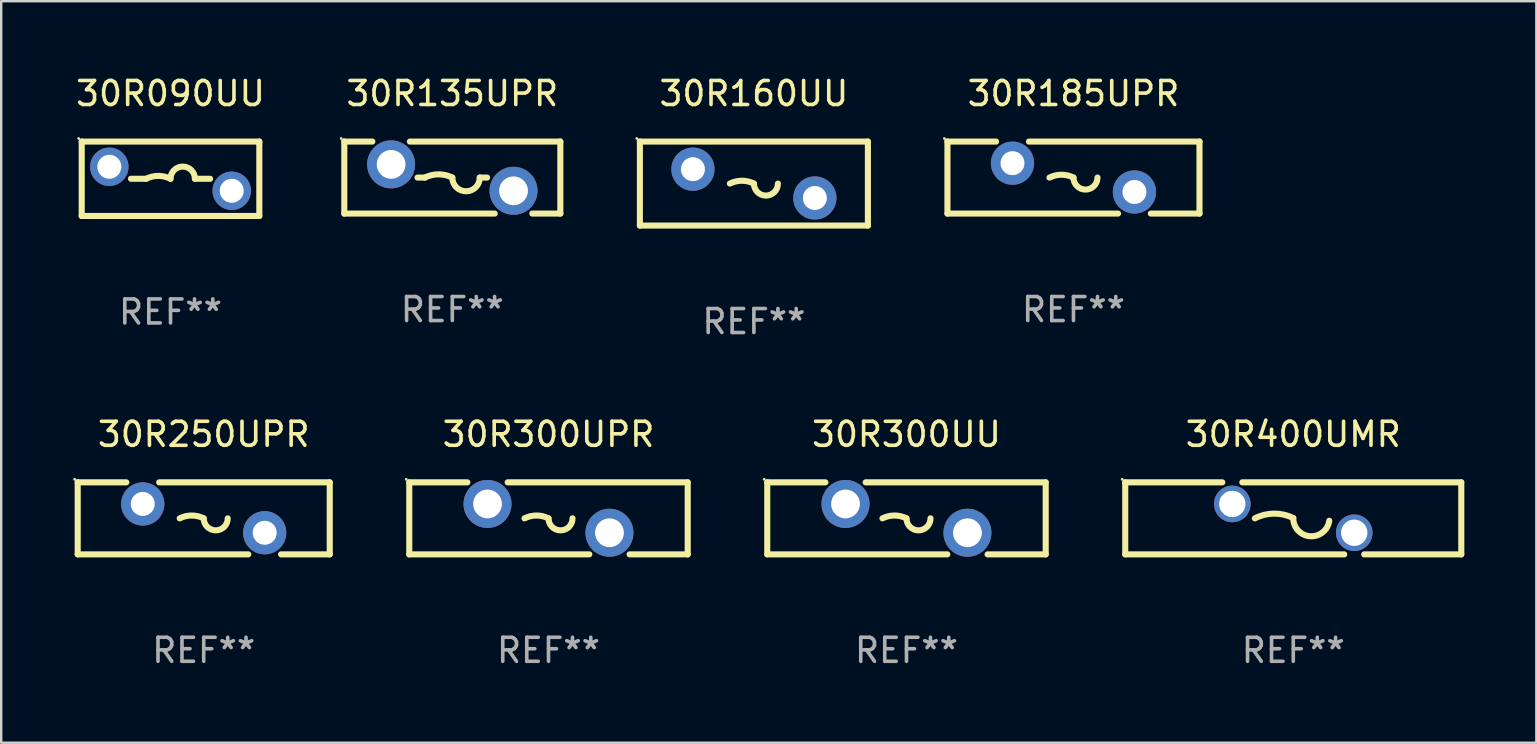
<source format=kicad_pcb>
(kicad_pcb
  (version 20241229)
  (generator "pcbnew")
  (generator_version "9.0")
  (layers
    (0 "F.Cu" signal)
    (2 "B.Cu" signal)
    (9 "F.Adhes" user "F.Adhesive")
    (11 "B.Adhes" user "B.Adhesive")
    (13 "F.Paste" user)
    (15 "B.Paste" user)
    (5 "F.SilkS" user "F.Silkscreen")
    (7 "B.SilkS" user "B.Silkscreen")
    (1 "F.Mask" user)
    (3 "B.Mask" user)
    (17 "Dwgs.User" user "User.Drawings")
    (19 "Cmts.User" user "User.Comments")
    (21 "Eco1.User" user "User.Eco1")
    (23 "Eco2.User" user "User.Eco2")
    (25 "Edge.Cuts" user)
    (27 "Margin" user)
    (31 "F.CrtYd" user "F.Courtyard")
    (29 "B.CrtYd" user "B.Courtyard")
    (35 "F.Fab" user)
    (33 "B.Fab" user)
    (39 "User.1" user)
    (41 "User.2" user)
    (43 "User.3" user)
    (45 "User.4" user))
  (footprint "30R185UPR"
    (layer "F.Cu")
    (at 41.672 4.348)
    (property "Reference" "30R185UPR" (at 0 -3.5 0) (layer "F.SilkS") (effects (font (size 1 1) (thickness 0.15))))
    (attr through_hole)
    (fp_line (start -5.25 -1.5) (end -3.224 -1.5) (stroke (width 0.254) (type solid)) (layer "F.SilkS"))
    (fp_line (start -5.25 1.5) (end -5.25 -1.5) (stroke (width 0.254) (type solid)) (layer "F.SilkS"))
    (fp_line (start -1.856 -1.5) (end 5.25 -1.5) (stroke (width 0.254) (type solid)) (layer "F.SilkS"))
    (fp_line (start 1.857 1.5) (end -5.25 1.5) (stroke (width 0.254) (type solid)) (layer "F.SilkS"))
    (fp_line (start 5.25 -1.5) (end 5.25 1.5) (stroke (width 0.254) (type solid)) (layer "F.SilkS"))
    (fp_line (start 5.25 1.5) (end 3.223 1.5) (stroke (width 0.254) (type solid)) (layer "F.SilkS"))
    (fp_arc (start -1 -0.000127) (mid -0.5 -0.118148) (end 0 -0.000127) (stroke (width 0.254001) (type solid)) (layer "F.SilkS"))
    (fp_arc (start 1.000762 -0.000127) (mid 0.500381 0.5) (end 0 -0.000127) (stroke (width 0.254001) (type solid)) (layer "F.SilkS"))
    (fp_circle (center -5.377 -1.627) (end -5.347 -1.627) (stroke (width 0.06) (type solid)) (fill no) (layer "F.SilkS"))
    (fp_text user "REF**" (at 0 5.5 0) (layer "F.Fab") (effects (font (size 1 1) (thickness 0.15))))
    (pad "1" thru_hole circle (at -2.54 -0.6) (size 1.8 1.8) (drill 1) (layers "*.Cu" "*.Mask"))
    (pad "2" thru_hole circle (at 2.54 0.6) (size 1.8 1.8) (drill 1) (layers "*.Cu" "*.Mask")))
  (footprint "30R090UU"
    (layer "F.Cu")
    (at 4.054 4.398)
    (property "Reference" "30R090UU" (at 0 -3.55 0) (layer "F.SilkS") (effects (font (size 1 1) (thickness 0.15))))
    (attr through_hole)
    (fp_line (start -3.7 -1.55) (end 3.7 -1.55) (stroke (width 0.254) (type solid)) (layer "F.SilkS"))
    (fp_line (start -3.7 1.55) (end -3.7 -1.55) (stroke (width 0.254) (type solid)) (layer "F.SilkS"))
    (fp_line (start -1.649 0) (end -1.016 0) (stroke (width 0.254) (type solid)) (layer "F.SilkS"))
    (fp_line (start 1.649 0) (end 1.016 0) (stroke (width 0.254) (type solid)) (layer "F.SilkS"))
    (fp_line (start 3.7 -1.55) (end 3.7 1.55) (stroke (width 0.254) (type solid)) (layer "F.SilkS"))
    (fp_line (start 3.7 1.55) (end -3.7 1.55) (stroke (width 0.254) (type solid)) (layer "F.SilkS"))
    (fp_arc (start -1.016002 0) (mid -0.508001 -0.119923) (end 0 0) (stroke (width 0.254001) (type solid)) (layer "F.SilkS"))
    (fp_arc (start 0 0) (mid 0.508001 -0.508001) (end 1.016002 0) (stroke (width 0.254001) (type solid)) (layer "F.SilkS"))
    (fp_circle (center -3.827 -1.677) (end -3.797 -1.677) (stroke (width 0.06) (type solid)) (fill no) (layer "F.SilkS"))
    (fp_text user "REF**" (at 0 5.55 0) (layer "F.Fab") (effects (font (size 1 1) (thickness 0.15))))
    (pad "1" thru_hole circle (at -2.55 -0.5) (size 1.6 1.6) (drill 1) (layers "*.Cu" "*.Mask"))
    (pad "2" thru_hole circle (at 2.55 0.5) (size 1.6 1.6) (drill 1) (layers "*.Cu" "*.Mask")))
  (footprint "30R300UPR"
    (layer "F.Cu")
    (at 19.801 18.545)
    (property "Reference" "30R300UPR" (at 0 -3.5 0) (layer "F.SilkS") (effects (font (size 1 1) (thickness 0.15))))
    (attr through_hole)
    (fp_line (start -5.8 -1.5) (end -5.8 1.5) (stroke (width 0.254) (type solid)) (layer "F.SilkS"))
    (fp_line (start -5.8 -1.5) (end -3.379 -1.5) (stroke (width 0.254) (type solid)) (layer "F.SilkS"))
    (fp_line (start -1.701 -1.5) (end 5.8 -1.5) (stroke (width 0.254) (type solid)) (layer "F.SilkS"))
    (fp_line (start 1.701 1.5) (end -5.8 1.5) (stroke (width 0.254) (type solid)) (layer "F.SilkS"))
    (fp_line (start 5.8 -1.5) (end 5.8 1.5) (stroke (width 0.254) (type solid)) (layer "F.SilkS"))
    (fp_line (start 5.8 1.5) (end 3.379 1.5) (stroke (width 0.254) (type solid)) (layer "F.SilkS"))
    (fp_arc (start -1 0) (mid -0.5 -0.118021) (end 0 0) (stroke (width 0.254001) (type solid)) (layer "F.SilkS"))
    (fp_arc (start 1.000762 0) (mid 0.500381 0.500127) (end 0 0) (stroke (width 0.254001) (type solid)) (layer "F.SilkS"))
    (fp_circle (center -5.927 -1.627) (end -5.897 -1.627) (stroke (width 0.06) (type solid)) (fill no) (layer "F.SilkS"))
    (fp_text user "REF**" (at 0 5.5 0) (layer "F.Fab") (effects (font (size 1 1) (thickness 0.15))))
    (pad "1" thru_hole circle (at -2.54 -0.6) (size 2 2) (drill 1.2) (layers "*.Cu" "*.Mask"))
    (pad "2" thru_hole circle (at 2.54 0.6) (size 2 2) (drill 1.2) (layers "*.Cu" "*.Mask")))
  (footprint "30R160UU"
    (layer "F.Cu")
    (at 28.358 4.598)
    (property "Reference" "30R160UU" (at 0 -3.75 0) (layer "F.SilkS") (effects (font (size 1 1) (thickness 0.15))))
    (attr through_hole)
    (fp_line (start -4.75 -1.75) (end -4.75 1.75) (stroke (width 0.254) (type solid)) (layer "F.SilkS"))
    (fp_line (start -4.75 -1.75) (end 4.75 -1.75) (stroke (width 0.254) (type solid)) (layer "F.SilkS"))
    (fp_line (start 4.75 -1.75) (end 4.75 1.75) (stroke (width 0.254) (type solid)) (layer "F.SilkS"))
    (fp_line (start 4.75 1.75) (end -4.75 1.75) (stroke (width 0.254) (type solid)) (layer "F.SilkS"))
    (fp_arc (start -1 -0.000013) (mid -0.5 -0.118034) (end 0 -0.000013) (stroke (width 0.254001) (type solid)) (layer "F.SilkS"))
    (fp_arc (start 1.000762 -0.000013) (mid 0.500381 0.500114) (end 0 -0.000013) (stroke (width 0.254001) (type solid)) (layer "F.SilkS"))
    (fp_circle (center -4.877 -1.877) (end -4.847 -1.877) (stroke (width 0.06) (type solid)) (fill no) (layer "F.SilkS"))
    (fp_text user "REF**" (at 0 5.75 0) (layer "F.Fab") (effects (font (size 1 1) (thickness 0.15))))
    (pad "1" thru_hole circle (at -2.54 -0.6) (size 1.8 1.8) (drill 1) (layers "*.Cu" "*.Mask"))
    (pad "2" thru_hole circle (at 2.54 0.6) (size 1.8 1.8) (drill 1) (layers "*.Cu" "*.Mask")))
  (footprint "30R400UMR"
    (layer "F.Cu")
    (at 50.829 18.545)
    (property "Reference" "30R400UMR" (at 0 -3.5 0) (layer "F.SilkS") (effects (font (size 1 1) (thickness 0.15))))
    (attr through_hole)
    (fp_line (start -7 -1.5) (end -7 1.5) (stroke (width 0.254) (type solid)) (layer "F.SilkS"))
    (fp_line (start -7 -1.5) (end -2.956 -1.5) (stroke (width 0.254) (type solid)) (layer "F.SilkS"))
    (fp_line (start -2.124 -1.5) (end 7 -1.5) (stroke (width 0.254) (type solid)) (layer "F.SilkS"))
    (fp_line (start 2.124 1.5) (end -7 1.5) (stroke (width 0.254) (type solid)) (layer "F.SilkS"))
    (fp_line (start 7 1.5) (end 2.956 1.5) (stroke (width 0.254) (type solid)) (layer "F.SilkS"))
    (fp_line (start 7 1.5) (end 7 -1.5) (stroke (width 0.254) (type solid)) (layer "F.SilkS"))
    (fp_arc (start -1.6 0) (mid -0.801529 -0.197174) (end 0 -0.012827) (stroke (width 0.254001) (type solid)) (layer "F.SilkS"))
    (fp_arc (start 1.5 0.1) (mid 0.69724 0.745018) (end 0.000001 -0.012828) (stroke (width 0.254001) (type solid)) (layer "F.SilkS"))
    (fp_circle (center -7.127 -1.627) (end -7.097 -1.627) (stroke (width 0.06) (type solid)) (fill no) (layer "F.SilkS"))
    (fp_text user "REF**" (at 0 5.5 0) (layer "F.Fab") (effects (font (size 1 1) (thickness 0.15))))
    (pad "1" thru_hole circle (at -2.54 -0.6) (size 1.524 1.524) (drill 1.1) (layers "*.Cu" "*.Mask"))
    (pad "2" thru_hole circle (at 2.54 0.6) (size 1.524 1.524) (drill 1.1) (layers "*.Cu" "*.Mask")))
  (footprint "30R300UU"
    (layer "F.Cu")
    (at 34.715 18.545)
    (property "Reference" "30R300UU" (at 0 -3.5 0) (layer "F.SilkS") (effects (font (size 1 1) (thickness 0.15))))
    (attr through_hole)
    (fp_line (start -5.8 -1.5) (end -5.8 1.5) (stroke (width 0.254) (type solid)) (layer "F.SilkS"))
    (fp_line (start -5.8 -1.5) (end -3.379 -1.5) (stroke (width 0.254) (type solid)) (layer "F.SilkS"))
    (fp_line (start -1.701 -1.5) (end 5.8 -1.5) (stroke (width 0.254) (type solid)) (layer "F.SilkS"))
    (fp_line (start 1.701 1.5) (end -5.8 1.5) (stroke (width 0.254) (type solid)) (layer "F.SilkS"))
    (fp_line (start 5.8 -1.5) (end 5.8 1.5) (stroke (width 0.254) (type solid)) (layer "F.SilkS"))
    (fp_line (start 5.8 1.5) (end 3.379 1.5) (stroke (width 0.254) (type solid)) (layer "F.SilkS"))
    (fp_arc (start -1 0) (mid -0.5 -0.118021) (end 0 0) (stroke (width 0.254001) (type solid)) (layer "F.SilkS"))
    (fp_arc (start 1.000762 0) (mid 0.500381 0.500127) (end 0 0) (stroke (width 0.254001) (type solid)) (layer "F.SilkS"))
    (fp_circle (center -5.927 -1.627) (end -5.897 -1.627) (stroke (width 0.06) (type solid)) (fill no) (layer "F.SilkS"))
    (fp_text user "REF**" (at 0 5.5 0) (layer "F.Fab") (effects (font (size 1 1) (thickness 0.15))))
    (pad "1" thru_hole circle (at -2.54 -0.6) (size 2 2) (drill 1.2) (layers "*.Cu" "*.Mask"))
    (pad "2" thru_hole circle (at 2.54 0.6) (size 2 2) (drill 1.2) (layers "*.Cu" "*.Mask")))
  (footprint "30R250UPR"
    (layer "F.Cu")
    (at 5.437 18.545)
    (property "Reference" "30R250UPR" (at 0 -3.5 0) (layer "F.SilkS") (effects (font (size 1 1) (thickness 0.15))))
    (attr through_hole)
    (fp_line (start -5.25 -1.5) (end -3.224 -1.5) (stroke (width 0.254) (type solid)) (layer "F.SilkS"))
    (fp_line (start -5.25 1.5) (end -5.25 -1.5) (stroke (width 0.254) (type solid)) (layer "F.SilkS"))
    (fp_line (start -1.856 -1.5) (end 5.25 -1.5) (stroke (width 0.254) (type solid)) (layer "F.SilkS"))
    (fp_line (start 1.857 1.5) (end -5.25 1.5) (stroke (width 0.254) (type solid)) (layer "F.SilkS"))
    (fp_line (start 5.25 -1.5) (end 5.25 1.5) (stroke (width 0.254) (type solid)) (layer "F.SilkS"))
    (fp_line (start 5.25 1.5) (end 3.223 1.5) (stroke (width 0.254) (type solid)) (layer "F.SilkS"))
    (fp_arc (start -1 -0.000127) (mid -0.5 -0.118148) (end 0 -0.000127) (stroke (width 0.254001) (type solid)) (layer "F.SilkS"))
    (fp_arc (start 1.000762 -0.000127) (mid 0.500381 0.5) (end 0 -0.000127) (stroke (width 0.254001) (type solid)) (layer "F.SilkS"))
    (fp_circle (center -5.377 -1.627) (end -5.347 -1.627) (stroke (width 0.06) (type solid)) (fill no) (layer "F.SilkS"))
    (fp_text user "REF**" (at 0 5.5 0) (layer "F.Fab") (effects (font (size 1 1) (thickness 0.15))))
    (pad "1" thru_hole circle (at -2.54 -0.6) (size 1.8 1.8) (drill 1) (layers "*.Cu" "*.Mask"))
    (pad "2" thru_hole circle (at 2.54 0.6) (size 1.8 1.8) (drill 1) (layers "*.Cu" "*.Mask")))
  (footprint "30R135UPR"
    (layer "F.Cu")
    (at 15.794 4.348)
    (property "Reference" "30R135UPR" (at 0 -3.5 0) (layer "F.SilkS") (effects (font (size 1 1) (thickness 0.15))))
    (attr through_hole)
    (fp_line (start -4.5 -1.5) (end -3.332 -1.5) (stroke (width 0.254) (type solid)) (layer "F.SilkS"))
    (fp_line (start -4.5 1.5) (end -4.5 -1.5) (stroke (width 0.254) (type solid)) (layer "F.SilkS"))
    (fp_line (start -4.5 1.5) (end 1.768 1.5) (stroke (width 0.254) (type solid)) (layer "F.SilkS"))
    (fp_line (start -1.768 -1.5) (end 4.5 -1.5) (stroke (width 0.254) (type solid)) (layer "F.SilkS"))
    (fp_line (start -1.449 0) (end -1.143 0) (stroke (width 0.254) (type solid)) (layer "F.SilkS"))
    (fp_line (start 1.449 0) (end 1.143 0) (stroke (width 0.254) (type solid)) (layer "F.SilkS"))
    (fp_line (start 3.332 1.5) (end 4.5 1.5) (stroke (width 0.254) (type solid)) (layer "F.SilkS"))
    (fp_line (start 4.5 -1.5) (end 4.5 1.5) (stroke (width 0.254) (type solid)) (layer "F.SilkS"))
    (fp_arc (start -1.143002 0) (mid -0.571501 -0.134913) (end 0 0) (stroke (width 0.254001) (type solid)) (layer "F.SilkS"))
    (fp_arc (start 1.143002 0) (mid 0.571501 0.571501) (end 0 0) (stroke (width 0.254001) (type solid)) (layer "F.SilkS"))
    (fp_circle (center -4.627 -1.627) (end -4.597 -1.627) (stroke (width 0.06) (type solid)) (fill no) (layer "F.SilkS"))
    (fp_text user "REF**" (at 0 5.5 0) (layer "F.Fab") (effects (font (size 1 1) (thickness 0.15))))
    (pad "1" thru_hole circle (at -2.55 -0.55) (size 2 2) (drill 1.2) (layers "*.Cu" "*.Mask"))
    (pad "2" thru_hole circle (at 2.55 0.55) (size 2 2) (drill 1.2) (layers "*.Cu" "*.Mask")))
  (gr_rect
    (start -3 -3)
    (end 60.956 27.893)
    (stroke (width 0.1) (type default))
    (fill no)
    (layer "Edge.Cuts")))
</source>
